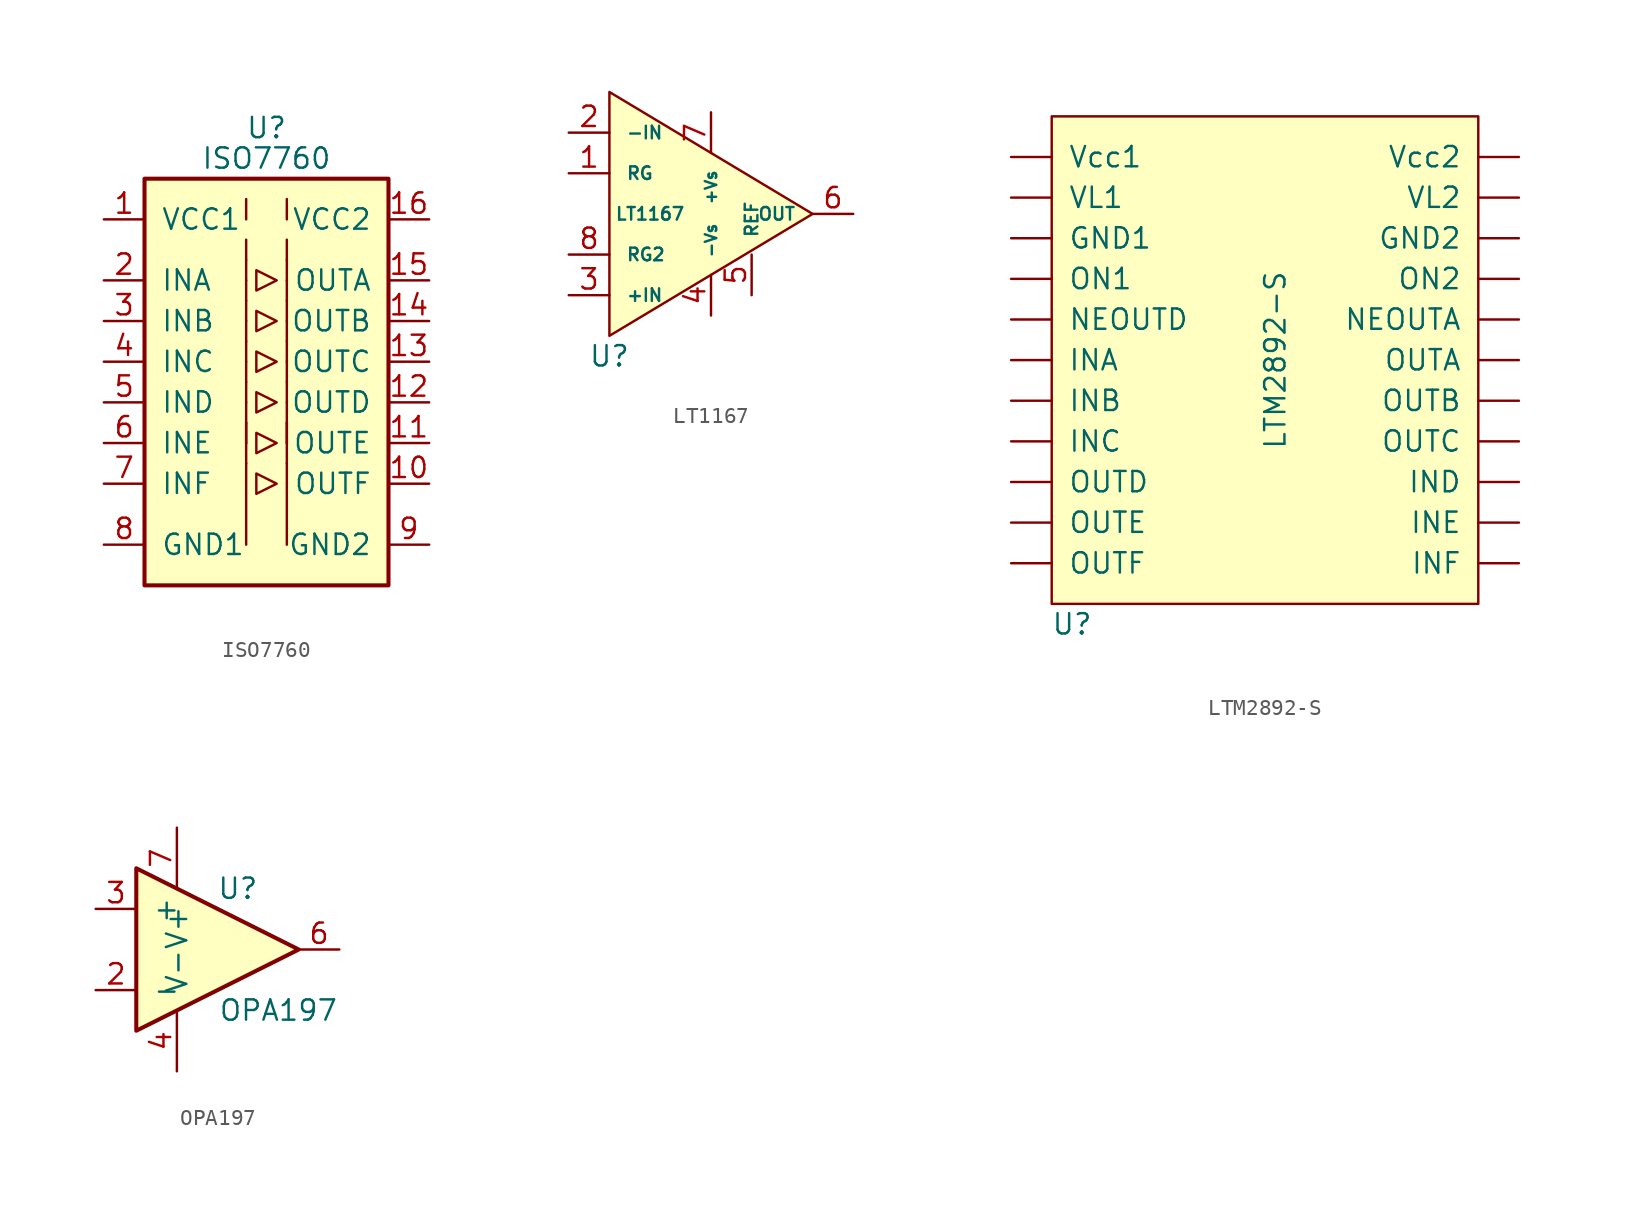
<source format=kicad_sym>
(kicad_symbol_lib
  (version 20211014)
  (generator kicad_symbol_editor)
  (symbol "ISO7760"
    (pin_names
      (offset 1.016))
    (property "Reference" "U"
      (at 0 15.875 0)
      (effects (font (size 1.27 1.27))))
    (property "Value" "ISO7760"
      (at 0 13.97 0)
      (effects (font (size 1.27 1.27))))
    (symbol "ISO7760_0_1"
      (rectangle (start -7.62 12.7) (end 7.62 -12.7) (stroke (width 0.254) (type default) (color 0 0 0 0)) (fill (type background)))
      (polyline (pts (xy -1.27 -5.08) (xy -1.27 -10.16)) (stroke (width 0) (type default) (color 0 0 0 0)) (fill (type none)))
      (polyline (pts (xy -1.27 -3.81) (xy -1.27 -5.08)) (stroke (width 0) (type default) (color 0 0 0 0)) (fill (type none)))
      (polyline (pts (xy -1.27 -2.54) (xy -1.27 -3.81)) (stroke (width 0) (type default) (color 0 0 0 0)) (fill (type none)))
      (polyline (pts (xy -1.27 -1.27) (xy -1.27 -2.54)) (stroke (width 0) (type default) (color 0 0 0 0)) (fill (type none)))
      (polyline (pts (xy -1.27 5.08) (xy -1.27 3.81)) (stroke (width 0) (type default) (color 0 0 0 0)) (fill (type none)))
      (polyline (pts (xy -1.27 6.35) (xy -1.27 5.08)) (stroke (width 0) (type default) (color 0 0 0 0)) (fill (type none)))
      (polyline (pts (xy -1.27 7.62) (xy -1.27 6.35)) (stroke (width 0) (type default) (color 0 0 0 0)) (fill (type none)))
      (polyline (pts (xy -1.27 8.89) (xy -1.27 7.62)) (stroke (width 0) (type default) (color 0 0 0 0)) (fill (type none)))
      (polyline (pts (xy -1.27 11.43) (xy -1.27 10.16)) (stroke (width 0) (type default) (color 0 0 0 0)) (fill (type none)))
      (polyline (pts (xy 1.27 -5.08) (xy 1.27 -10.16)) (stroke (width 0) (type default) (color 0 0 0 0)) (fill (type none)))
      (polyline (pts (xy 1.27 -3.81) (xy 1.27 -5.08)) (stroke (width 0) (type default) (color 0 0 0 0)) (fill (type none)))
      (polyline (pts (xy 1.27 -2.54) (xy 1.27 -3.81)) (stroke (width 0) (type default) (color 0 0 0 0)) (fill (type none)))
      (polyline (pts (xy 1.27 -1.27) (xy 1.27 -2.54)) (stroke (width 0) (type default) (color 0 0 0 0)) (fill (type none)))
      (polyline (pts (xy 1.27 5.08) (xy 1.27 3.81)) (stroke (width 0) (type default) (color 0 0 0 0)) (fill (type none)))
      (polyline (pts (xy 1.27 6.35) (xy 1.27 5.08)) (stroke (width 0) (type default) (color 0 0 0 0)) (fill (type none)))
      (polyline (pts (xy 1.27 7.62) (xy 1.27 6.35)) (stroke (width 0) (type default) (color 0 0 0 0)) (fill (type none)))
      (polyline (pts (xy 1.27 8.89) (xy 1.27 7.62)) (stroke (width 0) (type default) (color 0 0 0 0)) (fill (type none)))
      (polyline (pts (xy 1.27 11.43) (xy 1.27 10.16)) (stroke (width 0) (type default) (color 0 0 0 0)) (fill (type none)))
      (polyline (pts (xy -0.635 -5.715) (xy -0.635 -6.985) (xy 0.635 -6.35) (xy -0.635 -5.715)) (stroke (width 0) (type default) (color 0 0 0 0)) (fill (type none)))
      (polyline (pts (xy -0.635 -3.175) (xy -0.635 -4.445) (xy 0.635 -3.81) (xy -0.635 -3.175)) (stroke (width 0) (type default) (color 0 0 0 0)) (fill (type none)))
      (polyline (pts (xy -0.635 4.445) (xy -0.635 3.175) (xy 0.635 3.81) (xy -0.635 4.445)) (stroke (width 0) (type default) (color 0 0 0 0)) (fill (type none)))
      (polyline (pts (xy -0.635 6.985) (xy -0.635 5.715) (xy 0.635 6.35) (xy -0.635 6.985)) (stroke (width 0) (type default) (color 0 0 0 0)) (fill (type none))))
    (symbol "ISO7760_1_1"
      (polyline (pts (xy -1.27 -2.54) (xy -1.27 -3.81)) (stroke (width 0) (type default) (color 0 0 0 0)) (fill (type none)))
      (polyline (pts (xy -1.27 0) (xy -1.27 -1.27)) (stroke (width 0) (type default) (color 0 0 0 0)) (fill (type none)))
      (polyline (pts (xy -1.27 1.27) (xy -1.27 0)) (stroke (width 0) (type default) (color 0 0 0 0)) (fill (type none)))
      (polyline (pts (xy -1.27 2.54) (xy -1.27 1.27)) (stroke (width 0) (type default) (color 0 0 0 0)) (fill (type none)))
      (polyline (pts (xy -1.27 3.81) (xy -1.27 2.54)) (stroke (width 0) (type default) (color 0 0 0 0)) (fill (type none)))
      (polyline (pts (xy 1.27 -2.54) (xy 1.27 -3.81)) (stroke (width 0) (type default) (color 0 0 0 0)) (fill (type none)))
      (polyline (pts (xy 1.27 0) (xy 1.27 -1.27)) (stroke (width 0) (type default) (color 0 0 0 0)) (fill (type none)))
      (polyline (pts (xy 1.27 1.27) (xy 1.27 0)) (stroke (width 0) (type default) (color 0 0 0 0)) (fill (type none)))
      (polyline (pts (xy 1.27 2.54) (xy 1.27 1.27)) (stroke (width 0) (type default) (color 0 0 0 0)) (fill (type none)))
      (polyline (pts (xy 1.27 3.81) (xy 1.27 2.54)) (stroke (width 0) (type default) (color 0 0 0 0)) (fill (type none)))
      (polyline (pts (xy -0.635 -0.635) (xy -0.635 -1.905) (xy 0.635 -1.27) (xy -0.635 -0.635)) (stroke (width 0) (type default) (color 0 0 0 0)) (fill (type none)))
      (polyline (pts (xy -0.635 1.905) (xy -0.635 0.635) (xy 0.635 1.27) (xy -0.635 1.905)) (stroke (width 0) (type default) (color 0 0 0 0)) (fill (type none)))
      (pin power_in line (at -10.16 10.16 0) (length 2.54) (name "VCC1" (effects (font (size 1.27 1.27)))) (number "1" (effects (font (size 1.27 1.27)))))
      (pin output line (at 10.16 -6.35 180) (length 2.54) (name "OUTF" (effects (font (size 1.27 1.27)))) (number "10" (effects (font (size 1.27 1.27)))))
      (pin output line (at 10.16 -3.81 180) (length 2.54) (name "OUTE" (effects (font (size 1.27 1.27)))) (number "11" (effects (font (size 1.27 1.27)))))
      (pin output line (at 10.16 -1.27 180) (length 2.54) (name "OUTD" (effects (font (size 1.27 1.27)))) (number "12" (effects (font (size 1.27 1.27)))))
      (pin output line (at 10.16 1.27 180) (length 2.54) (name "OUTC" (effects (font (size 1.27 1.27)))) (number "13" (effects (font (size 1.27 1.27)))))
      (pin output line (at 10.16 3.81 180) (length 2.54) (name "OUTB" (effects (font (size 1.27 1.27)))) (number "14" (effects (font (size 1.27 1.27)))))
      (pin output line (at 10.16 6.35 180) (length 2.54) (name "OUTA" (effects (font (size 1.27 1.27)))) (number "15" (effects (font (size 1.27 1.27)))))
      (pin power_in line (at 10.16 10.16 180) (length 2.54) (name "VCC2" (effects (font (size 1.27 1.27)))) (number "16" (effects (font (size 1.27 1.27)))))
      (pin input line (at -10.16 6.35 0) (length 2.54) (name "INA" (effects (font (size 1.27 1.27)))) (number "2" (effects (font (size 1.27 1.27)))))
      (pin input line (at -10.16 3.81 0) (length 2.54) (name "INB" (effects (font (size 1.27 1.27)))) (number "3" (effects (font (size 1.27 1.27)))))
      (pin input line (at -10.16 1.27 0) (length 2.54) (name "INC" (effects (font (size 1.27 1.27)))) (number "4" (effects (font (size 1.27 1.27)))))
      (pin input line (at -10.16 -1.27 0) (length 2.54) (name "IND" (effects (font (size 1.27 1.27)))) (number "5" (effects (font (size 1.27 1.27)))))
      (pin input line (at -10.16 -3.81 0) (length 2.54) (name "INE" (effects (font (size 1.27 1.27)))) (number "6" (effects (font (size 1.27 1.27)))))
      (pin input line (at -10.16 -6.35 0) (length 2.54) (name "INF" (effects (font (size 1.27 1.27)))) (number "7" (effects (font (size 1.27 1.27)))))
      (pin power_in line (at -10.16 -10.16 0) (length 2.54) (name "GND1" (effects (font (size 1.27 1.27)))) (number "8" (effects (font (size 1.27 1.27)))))
      (pin power_in line (at 10.16 -10.16 180) (length 2.54) (name "GND2" (effects (font (size 1.27 1.27)))) (number "9" (effects (font (size 1.27 1.27)))))))
  (symbol "LT1167"
    (pin_names
      (offset 1.016))
    (property "Reference" "U"
      (at -5.08 -8.89 0)
      (effects (font (size 1.27 1.27))))
    (property "Value" "LT1167"
      (at -2.54 0 0)
      (effects (font (size 0.787 0.787))))
    (symbol "LT1167_0_1"
      (polyline (pts (xy -5.08 7.62) (xy -5.08 -7.62) (xy 7.62 0) (xy -5.08 7.62)) (stroke (width 0) (type default) (color 0 0 0 0)) (fill (type background))))
    (symbol "LT1167_1_1"
      (pin output line (at -7.62 2.54 0) (length 2.54) (name "RG" (effects (font (size 0.787 0.787)))) (number "1" (effects (font (size 1.27 1.27)))))
      (pin output line (at -7.62 5.08 0) (length 2.54) (name "-IN" (effects (font (size 0.787 0.787)))) (number "2" (effects (font (size 1.27 1.27)))))
      (pin output line (at -7.62 -5.08 0) (length 2.54) (name "+IN" (effects (font (size 0.787 0.787)))) (number "3" (effects (font (size 1.27 1.27)))))
      (pin output line (at 1.27 -6.35 90) (length 2.54) (name "-Vs" (effects (font (size 0.711 0.711)))) (number "4" (effects (font (size 1.27 1.27)))))
      (pin output line (at 3.81 -5.08 90) (length 2.54) (name "REF" (effects (font (size 0.787 0.787)))) (number "5" (effects (font (size 1.27 1.27)))))
      (pin output line (at 10.16 0 180) (length 2.54) (name "OUT" (effects (font (size 0.787 0.787)))) (number "6" (effects (font (size 1.27 1.27)))))
      (pin output line (at 1.27 6.35 270) (length 2.54) (name "+Vs" (effects (font (size 0.711 0.711)))) (number "7" (effects (font (size 1.27 1.27)))))
      (pin output line (at -7.62 -2.54 0) (length 2.54) (name "RG2" (effects (font (size 0.787 0.787)))) (number "8" (effects (font (size 1.27 1.27)))))))
  (symbol "LTM2892-S"
    (pin_names
      (offset 1.016))
    (property "Reference" "U"
      (at -12.7 -15.24 0)
      (effects (font (size 1.27 1.27))))
    (property "Value" "LTM2892-S"
      (at 0 1.27 90)
      (effects (font (size 1.27 1.27))))
    (symbol "LTM2892-S_0_1"
      (rectangle (start -13.97 16.51) (end 12.7 -13.97) (stroke (width 0) (type default) (color 0 0 0 0)) (fill (type background))))
    (symbol "LTM2892-S_1_1"
      (pin input line (at -16.51 8.89 0) (length 2.54) (name "GND1" (effects (font (size 1.27 1.27)))) (number "~" (effects (font (size 1.27 1.27)))))
      (pin output line (at 15.24 8.89 180) (length 2.54) (name "GND2" (effects (font (size 1.27 1.27)))) (number "~" (effects (font (size 1.27 1.27)))))
      (pin input line (at -16.51 1.27 0) (length 2.54) (name "INA" (effects (font (size 1.27 1.27)))) (number "~" (effects (font (size 1.27 1.27)))))
      (pin input line (at -16.51 -1.27 0) (length 2.54) (name "INB" (effects (font (size 1.27 1.27)))) (number "~" (effects (font (size 1.27 1.27)))))
      (pin input line (at -16.51 -3.81 0) (length 2.54) (name "INC" (effects (font (size 1.27 1.27)))) (number "~" (effects (font (size 1.27 1.27)))))
      (pin output line (at 15.24 -6.35 180) (length 2.54) (name "IND" (effects (font (size 1.27 1.27)))) (number "~" (effects (font (size 1.27 1.27)))))
      (pin output line (at 15.24 -8.89 180) (length 2.54) (name "INE" (effects (font (size 1.27 1.27)))) (number "~" (effects (font (size 1.27 1.27)))))
      (pin output line (at 15.24 -11.43 180) (length 2.54) (name "INF" (effects (font (size 1.27 1.27)))) (number "~" (effects (font (size 1.27 1.27)))))
      (pin output line (at 15.24 3.81 180) (length 2.54) (name "NEOUTA" (effects (font (size 1.27 1.27)))) (number "~" (effects (font (size 1.27 1.27)))))
      (pin input line (at -16.51 3.81 0) (length 2.54) (name "NEOUTD" (effects (font (size 1.27 1.27)))) (number "~" (effects (font (size 1.27 1.27)))))
      (pin input line (at -16.51 6.35 0) (length 2.54) (name "ON1" (effects (font (size 1.27 1.27)))) (number "~" (effects (font (size 1.27 1.27)))))
      (pin output line (at 15.24 6.35 180) (length 2.54) (name "ON2" (effects (font (size 1.27 1.27)))) (number "~" (effects (font (size 1.27 1.27)))))
      (pin output line (at 15.24 1.27 180) (length 2.54) (name "OUTA" (effects (font (size 1.27 1.27)))) (number "~" (effects (font (size 1.27 1.27)))))
      (pin output line (at 15.24 -1.27 180) (length 2.54) (name "OUTB" (effects (font (size 1.27 1.27)))) (number "~" (effects (font (size 1.27 1.27)))))
      (pin output line (at 15.24 -3.81 180) (length 2.54) (name "OUTC" (effects (font (size 1.27 1.27)))) (number "~" (effects (font (size 1.27 1.27)))))
      (pin input line (at -16.51 -6.35 0) (length 2.54) (name "OUTD" (effects (font (size 1.27 1.27)))) (number "~" (effects (font (size 1.27 1.27)))))
      (pin input line (at -16.51 -8.89 0) (length 2.54) (name "OUTE" (effects (font (size 1.27 1.27)))) (number "~" (effects (font (size 1.27 1.27)))))
      (pin input line (at -16.51 -11.43 0) (length 2.54) (name "OUTF" (effects (font (size 1.27 1.27)))) (number "~" (effects (font (size 1.27 1.27)))))
      (pin input line (at -16.51 13.97 0) (length 2.54) (name "Vcc1" (effects (font (size 1.27 1.27)))) (number "~" (effects (font (size 1.27 1.27)))))
      (pin output line (at 15.24 13.97 180) (length 2.54) (name "Vcc2" (effects (font (size 1.27 1.27)))) (number "~" (effects (font (size 1.27 1.27)))))
      (pin input line (at -16.51 11.43 0) (length 2.54) (name "VL1" (effects (font (size 1.27 1.27)))) (number "~" (effects (font (size 1.27 1.27)))))
      (pin output line (at 15.24 11.43 180) (length 2.54) (name "VL2" (effects (font (size 1.27 1.27)))) (number "~" (effects (font (size 1.27 1.27)))))))
  (symbol "OPA197"
    (pin_names
      (offset 1.016))
    (property "Reference" "U"
      (at 2.54 3.81 0)
      (effects (font (size 1.27 1.27))))
    (property "Value" "OPA197"
      (at 5.08 -3.81 0)
      (effects (font (size 1.27 1.27))))
    (symbol "OPA197_1_1"
      (polyline (pts (xy -3.81 5.08) (xy 6.35 0) (xy -3.81 -5.08) (xy -3.81 5.08)) (stroke (width 0.254) (type default) (color 0 0 0 0)) (fill (type background)))
      (pin input line (at -6.35 -2.54 0) (length 2.54) (name "-" (effects (font (size 1.27 1.27)))) (number "2" (effects (font (size 1.27 1.27)))))
      (pin input line (at -6.35 2.54 0) (length 2.54) (name "+" (effects (font (size 1.27 1.27)))) (number "3" (effects (font (size 1.27 1.27)))))
      (pin power_in line (at -1.27 -7.62 90) (length 3.81) (name "V-" (effects (font (size 1.27 1.27)))) (number "4" (effects (font (size 1.27 1.27)))))
      (pin output line (at 8.89 0 180) (length 2.54) (name "~" (effects (font (size 1.27 1.27)))) (number "6" (effects (font (size 1.27 1.27)))))
      (pin power_in line (at -1.27 7.62 270) (length 3.81) (name "V+" (effects (font (size 1.27 1.27)))) (number "7" (effects (font (size 1.27 1.27))))))))
</source>
